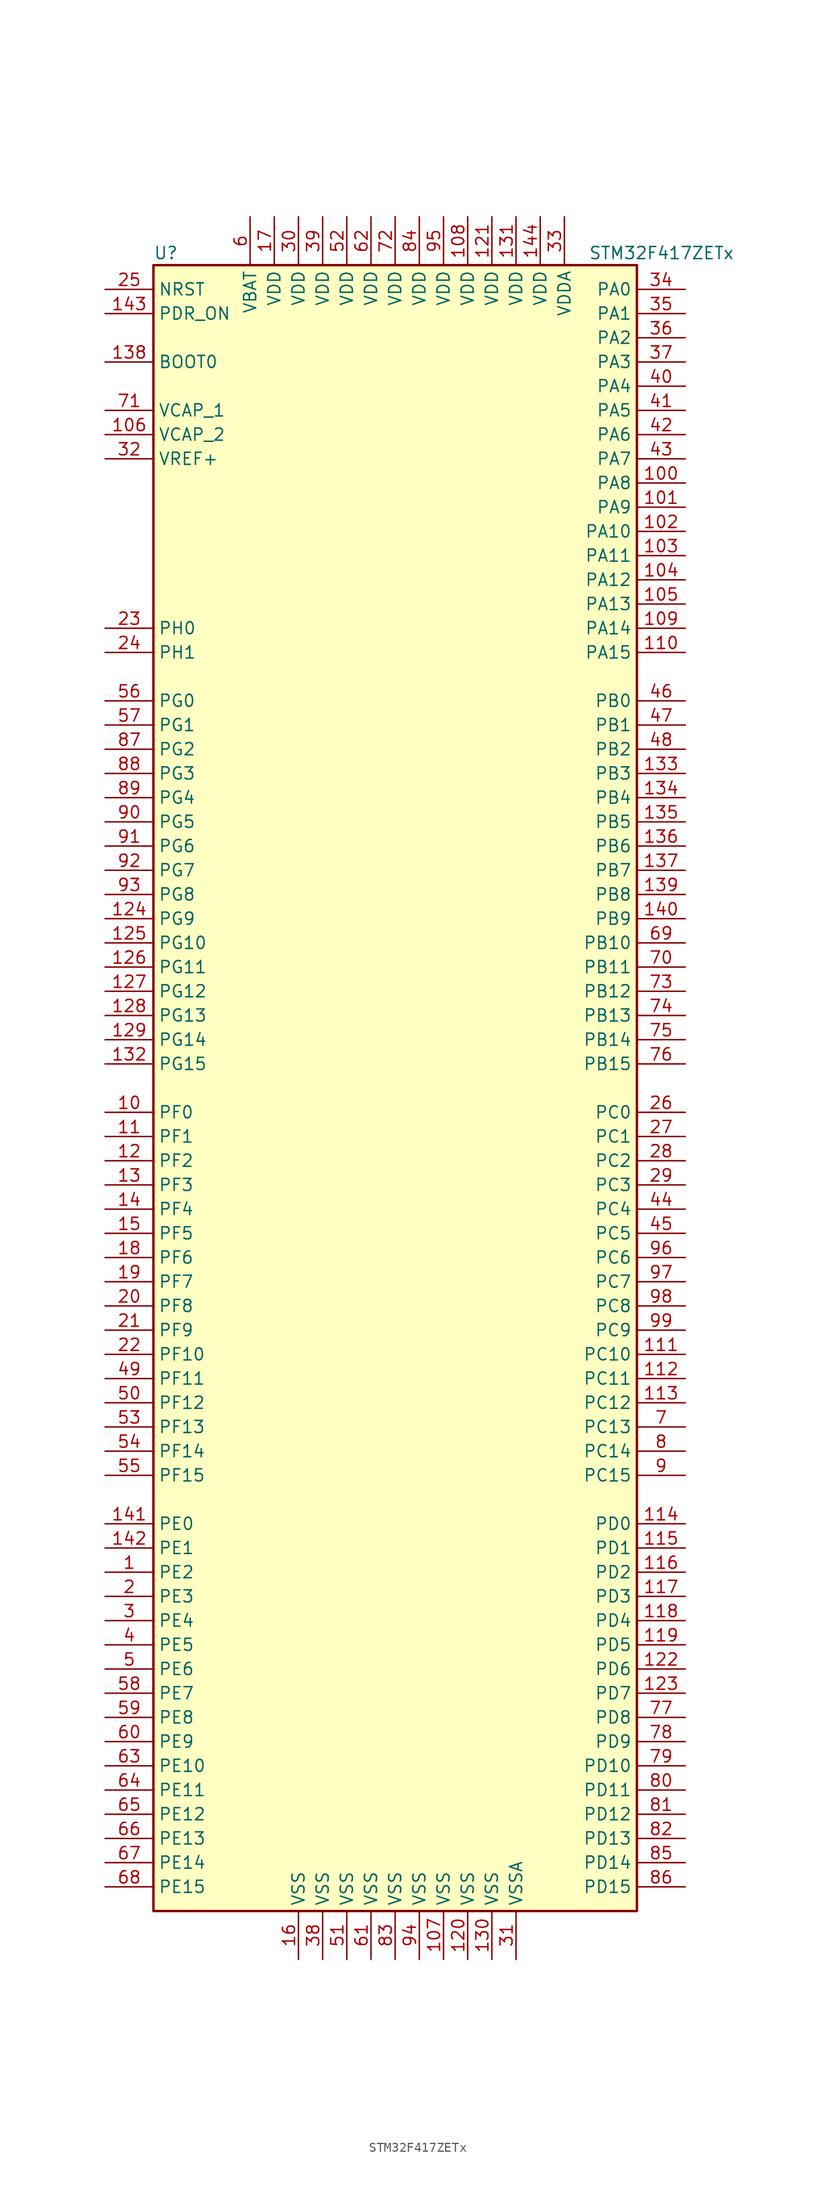
<source format=kicad_sym>
(kicad_symbol_lib
  (version 20211014)
  (generator kicad_symbol_editor)
  (symbol "STM32F417ZETx"
    (property "Reference" "U"
      (at -25.4 87.63 0)
      (effects (font (size 1.27 1.27)) (justify left)))
    (property "Value" "STM32F417ZETx"
      (at 20.32 87.63 0)
      (effects (font (size 1.27 1.27)) (justify left)))
    (symbol "STM32F417ZETx_0_1"
      (rectangle (start -25.4 -86.36) (end 25.4 86.36) (stroke (width 0.254) (type default) (color 0 0 0 0)) (fill (type background))))
    (symbol "STM32F417ZETx_1_1"
      (pin bidirectional line (at -30.48 -50.8 0) (length 5.08) (name "PE2" (effects (font (size 1.27 1.27)))) (number "1" (effects (font (size 1.27 1.27)))))
      (pin bidirectional line (at -30.48 -2.54 0) (length 5.08) (name "PF0" (effects (font (size 1.27 1.27)))) (number "10" (effects (font (size 1.27 1.27)))))
      (pin bidirectional line (at 30.48 63.5 180) (length 5.08) (name "PA8" (effects (font (size 1.27 1.27)))) (number "100" (effects (font (size 1.27 1.27)))))
      (pin bidirectional line (at 30.48 60.96 180) (length 5.08) (name "PA9" (effects (font (size 1.27 1.27)))) (number "101" (effects (font (size 1.27 1.27)))))
      (pin bidirectional line (at 30.48 58.42 180) (length 5.08) (name "PA10" (effects (font (size 1.27 1.27)))) (number "102" (effects (font (size 1.27 1.27)))))
      (pin bidirectional line (at 30.48 55.88 180) (length 5.08) (name "PA11" (effects (font (size 1.27 1.27)))) (number "103" (effects (font (size 1.27 1.27)))))
      (pin bidirectional line (at 30.48 53.34 180) (length 5.08) (name "PA12" (effects (font (size 1.27 1.27)))) (number "104" (effects (font (size 1.27 1.27)))))
      (pin bidirectional line (at 30.48 50.8 180) (length 5.08) (name "PA13" (effects (font (size 1.27 1.27)))) (number "105" (effects (font (size 1.27 1.27)))))
      (pin power_in line (at -30.48 68.58 0) (length 5.08) (name "VCAP_2" (effects (font (size 1.27 1.27)))) (number "106" (effects (font (size 1.27 1.27)))))
      (pin power_in line (at 5.08 -91.44 90) (length 5.08) (name "VSS" (effects (font (size 1.27 1.27)))) (number "107" (effects (font (size 1.27 1.27)))))
      (pin power_in line (at 7.62 91.44 270) (length 5.08) (name "VDD" (effects (font (size 1.27 1.27)))) (number "108" (effects (font (size 1.27 1.27)))))
      (pin bidirectional line (at 30.48 48.26 180) (length 5.08) (name "PA14" (effects (font (size 1.27 1.27)))) (number "109" (effects (font (size 1.27 1.27)))))
      (pin bidirectional line (at -30.48 -5.08 0) (length 5.08) (name "PF1" (effects (font (size 1.27 1.27)))) (number "11" (effects (font (size 1.27 1.27)))))
      (pin bidirectional line (at 30.48 45.72 180) (length 5.08) (name "PA15" (effects (font (size 1.27 1.27)))) (number "110" (effects (font (size 1.27 1.27)))))
      (pin bidirectional line (at 30.48 -27.94 180) (length 5.08) (name "PC10" (effects (font (size 1.27 1.27)))) (number "111" (effects (font (size 1.27 1.27)))))
      (pin bidirectional line (at 30.48 -30.48 180) (length 5.08) (name "PC11" (effects (font (size 1.27 1.27)))) (number "112" (effects (font (size 1.27 1.27)))))
      (pin bidirectional line (at 30.48 -33.02 180) (length 5.08) (name "PC12" (effects (font (size 1.27 1.27)))) (number "113" (effects (font (size 1.27 1.27)))))
      (pin bidirectional line (at 30.48 -45.72 180) (length 5.08) (name "PD0" (effects (font (size 1.27 1.27)))) (number "114" (effects (font (size 1.27 1.27)))))
      (pin bidirectional line (at 30.48 -48.26 180) (length 5.08) (name "PD1" (effects (font (size 1.27 1.27)))) (number "115" (effects (font (size 1.27 1.27)))))
      (pin bidirectional line (at 30.48 -50.8 180) (length 5.08) (name "PD2" (effects (font (size 1.27 1.27)))) (number "116" (effects (font (size 1.27 1.27)))))
      (pin bidirectional line (at 30.48 -53.34 180) (length 5.08) (name "PD3" (effects (font (size 1.27 1.27)))) (number "117" (effects (font (size 1.27 1.27)))))
      (pin bidirectional line (at 30.48 -55.88 180) (length 5.08) (name "PD4" (effects (font (size 1.27 1.27)))) (number "118" (effects (font (size 1.27 1.27)))))
      (pin bidirectional line (at 30.48 -58.42 180) (length 5.08) (name "PD5" (effects (font (size 1.27 1.27)))) (number "119" (effects (font (size 1.27 1.27)))))
      (pin bidirectional line (at -30.48 -7.62 0) (length 5.08) (name "PF2" (effects (font (size 1.27 1.27)))) (number "12" (effects (font (size 1.27 1.27)))))
      (pin power_in line (at 7.62 -91.44 90) (length 5.08) (name "VSS" (effects (font (size 1.27 1.27)))) (number "120" (effects (font (size 1.27 1.27)))))
      (pin power_in line (at 10.16 91.44 270) (length 5.08) (name "VDD" (effects (font (size 1.27 1.27)))) (number "121" (effects (font (size 1.27 1.27)))))
      (pin bidirectional line (at 30.48 -60.96 180) (length 5.08) (name "PD6" (effects (font (size 1.27 1.27)))) (number "122" (effects (font (size 1.27 1.27)))))
      (pin bidirectional line (at 30.48 -63.5 180) (length 5.08) (name "PD7" (effects (font (size 1.27 1.27)))) (number "123" (effects (font (size 1.27 1.27)))))
      (pin bidirectional line (at -30.48 17.78 0) (length 5.08) (name "PG9" (effects (font (size 1.27 1.27)))) (number "124" (effects (font (size 1.27 1.27)))))
      (pin bidirectional line (at -30.48 15.24 0) (length 5.08) (name "PG10" (effects (font (size 1.27 1.27)))) (number "125" (effects (font (size 1.27 1.27)))))
      (pin bidirectional line (at -30.48 12.7 0) (length 5.08) (name "PG11" (effects (font (size 1.27 1.27)))) (number "126" (effects (font (size 1.27 1.27)))))
      (pin bidirectional line (at -30.48 10.16 0) (length 5.08) (name "PG12" (effects (font (size 1.27 1.27)))) (number "127" (effects (font (size 1.27 1.27)))))
      (pin bidirectional line (at -30.48 7.62 0) (length 5.08) (name "PG13" (effects (font (size 1.27 1.27)))) (number "128" (effects (font (size 1.27 1.27)))))
      (pin bidirectional line (at -30.48 5.08 0) (length 5.08) (name "PG14" (effects (font (size 1.27 1.27)))) (number "129" (effects (font (size 1.27 1.27)))))
      (pin bidirectional line (at -30.48 -10.16 0) (length 5.08) (name "PF3" (effects (font (size 1.27 1.27)))) (number "13" (effects (font (size 1.27 1.27)))))
      (pin power_in line (at 10.16 -91.44 90) (length 5.08) (name "VSS" (effects (font (size 1.27 1.27)))) (number "130" (effects (font (size 1.27 1.27)))))
      (pin power_in line (at 12.7 91.44 270) (length 5.08) (name "VDD" (effects (font (size 1.27 1.27)))) (number "131" (effects (font (size 1.27 1.27)))))
      (pin bidirectional line (at -30.48 2.54 0) (length 5.08) (name "PG15" (effects (font (size 1.27 1.27)))) (number "132" (effects (font (size 1.27 1.27)))))
      (pin bidirectional line (at 30.48 33.02 180) (length 5.08) (name "PB3" (effects (font (size 1.27 1.27)))) (number "133" (effects (font (size 1.27 1.27)))))
      (pin bidirectional line (at 30.48 30.48 180) (length 5.08) (name "PB4" (effects (font (size 1.27 1.27)))) (number "134" (effects (font (size 1.27 1.27)))))
      (pin bidirectional line (at 30.48 27.94 180) (length 5.08) (name "PB5" (effects (font (size 1.27 1.27)))) (number "135" (effects (font (size 1.27 1.27)))))
      (pin bidirectional line (at 30.48 25.4 180) (length 5.08) (name "PB6" (effects (font (size 1.27 1.27)))) (number "136" (effects (font (size 1.27 1.27)))))
      (pin bidirectional line (at 30.48 22.86 180) (length 5.08) (name "PB7" (effects (font (size 1.27 1.27)))) (number "137" (effects (font (size 1.27 1.27)))))
      (pin input line (at -30.48 76.2 0) (length 5.08) (name "BOOT0" (effects (font (size 1.27 1.27)))) (number "138" (effects (font (size 1.27 1.27)))))
      (pin bidirectional line (at 30.48 20.32 180) (length 5.08) (name "PB8" (effects (font (size 1.27 1.27)))) (number "139" (effects (font (size 1.27 1.27)))))
      (pin bidirectional line (at -30.48 -12.7 0) (length 5.08) (name "PF4" (effects (font (size 1.27 1.27)))) (number "14" (effects (font (size 1.27 1.27)))))
      (pin bidirectional line (at 30.48 17.78 180) (length 5.08) (name "PB9" (effects (font (size 1.27 1.27)))) (number "140" (effects (font (size 1.27 1.27)))))
      (pin bidirectional line (at -30.48 -45.72 0) (length 5.08) (name "PE0" (effects (font (size 1.27 1.27)))) (number "141" (effects (font (size 1.27 1.27)))))
      (pin bidirectional line (at -30.48 -48.26 0) (length 5.08) (name "PE1" (effects (font (size 1.27 1.27)))) (number "142" (effects (font (size 1.27 1.27)))))
      (pin input line (at -30.48 81.28 0) (length 5.08) (name "PDR_ON" (effects (font (size 1.27 1.27)))) (number "143" (effects (font (size 1.27 1.27)))))
      (pin power_in line (at 15.24 91.44 270) (length 5.08) (name "VDD" (effects (font (size 1.27 1.27)))) (number "144" (effects (font (size 1.27 1.27)))))
      (pin bidirectional line (at -30.48 -15.24 0) (length 5.08) (name "PF5" (effects (font (size 1.27 1.27)))) (number "15" (effects (font (size 1.27 1.27)))))
      (pin power_in line (at -10.16 -91.44 90) (length 5.08) (name "VSS" (effects (font (size 1.27 1.27)))) (number "16" (effects (font (size 1.27 1.27)))))
      (pin power_in line (at -12.7 91.44 270) (length 5.08) (name "VDD" (effects (font (size 1.27 1.27)))) (number "17" (effects (font (size 1.27 1.27)))))
      (pin bidirectional line (at -30.48 -17.78 0) (length 5.08) (name "PF6" (effects (font (size 1.27 1.27)))) (number "18" (effects (font (size 1.27 1.27)))))
      (pin bidirectional line (at -30.48 -20.32 0) (length 5.08) (name "PF7" (effects (font (size 1.27 1.27)))) (number "19" (effects (font (size 1.27 1.27)))))
      (pin bidirectional line (at -30.48 -53.34 0) (length 5.08) (name "PE3" (effects (font (size 1.27 1.27)))) (number "2" (effects (font (size 1.27 1.27)))))
      (pin bidirectional line (at -30.48 -22.86 0) (length 5.08) (name "PF8" (effects (font (size 1.27 1.27)))) (number "20" (effects (font (size 1.27 1.27)))))
      (pin bidirectional line (at -30.48 -25.4 0) (length 5.08) (name "PF9" (effects (font (size 1.27 1.27)))) (number "21" (effects (font (size 1.27 1.27)))))
      (pin bidirectional line (at -30.48 -27.94 0) (length 5.08) (name "PF10" (effects (font (size 1.27 1.27)))) (number "22" (effects (font (size 1.27 1.27)))))
      (pin input line (at -30.48 48.26 0) (length 5.08) (name "PH0" (effects (font (size 1.27 1.27)))) (number "23" (effects (font (size 1.27 1.27)))))
      (pin input line (at -30.48 45.72 0) (length 5.08) (name "PH1" (effects (font (size 1.27 1.27)))) (number "24" (effects (font (size 1.27 1.27)))))
      (pin input line (at -30.48 83.82 0) (length 5.08) (name "NRST" (effects (font (size 1.27 1.27)))) (number "25" (effects (font (size 1.27 1.27)))))
      (pin bidirectional line (at 30.48 -2.54 180) (length 5.08) (name "PC0" (effects (font (size 1.27 1.27)))) (number "26" (effects (font (size 1.27 1.27)))))
      (pin bidirectional line (at 30.48 -5.08 180) (length 5.08) (name "PC1" (effects (font (size 1.27 1.27)))) (number "27" (effects (font (size 1.27 1.27)))))
      (pin bidirectional line (at 30.48 -7.62 180) (length 5.08) (name "PC2" (effects (font (size 1.27 1.27)))) (number "28" (effects (font (size 1.27 1.27)))))
      (pin bidirectional line (at 30.48 -10.16 180) (length 5.08) (name "PC3" (effects (font (size 1.27 1.27)))) (number "29" (effects (font (size 1.27 1.27)))))
      (pin bidirectional line (at -30.48 -55.88 0) (length 5.08) (name "PE4" (effects (font (size 1.27 1.27)))) (number "3" (effects (font (size 1.27 1.27)))))
      (pin power_in line (at -10.16 91.44 270) (length 5.08) (name "VDD" (effects (font (size 1.27 1.27)))) (number "30" (effects (font (size 1.27 1.27)))))
      (pin power_in line (at 12.7 -91.44 90) (length 5.08) (name "VSSA" (effects (font (size 1.27 1.27)))) (number "31" (effects (font (size 1.27 1.27)))))
      (pin power_in line (at -30.48 66.04 0) (length 5.08) (name "VREF+" (effects (font (size 1.27 1.27)))) (number "32" (effects (font (size 1.27 1.27)))))
      (pin power_in line (at 17.78 91.44 270) (length 5.08) (name "VDDA" (effects (font (size 1.27 1.27)))) (number "33" (effects (font (size 1.27 1.27)))))
      (pin bidirectional line (at 30.48 83.82 180) (length 5.08) (name "PA0" (effects (font (size 1.27 1.27)))) (number "34" (effects (font (size 1.27 1.27)))))
      (pin bidirectional line (at 30.48 81.28 180) (length 5.08) (name "PA1" (effects (font (size 1.27 1.27)))) (number "35" (effects (font (size 1.27 1.27)))))
      (pin bidirectional line (at 30.48 78.74 180) (length 5.08) (name "PA2" (effects (font (size 1.27 1.27)))) (number "36" (effects (font (size 1.27 1.27)))))
      (pin bidirectional line (at 30.48 76.2 180) (length 5.08) (name "PA3" (effects (font (size 1.27 1.27)))) (number "37" (effects (font (size 1.27 1.27)))))
      (pin power_in line (at -7.62 -91.44 90) (length 5.08) (name "VSS" (effects (font (size 1.27 1.27)))) (number "38" (effects (font (size 1.27 1.27)))))
      (pin power_in line (at -7.62 91.44 270) (length 5.08) (name "VDD" (effects (font (size 1.27 1.27)))) (number "39" (effects (font (size 1.27 1.27)))))
      (pin bidirectional line (at -30.48 -58.42 0) (length 5.08) (name "PE5" (effects (font (size 1.27 1.27)))) (number "4" (effects (font (size 1.27 1.27)))))
      (pin bidirectional line (at 30.48 73.66 180) (length 5.08) (name "PA4" (effects (font (size 1.27 1.27)))) (number "40" (effects (font (size 1.27 1.27)))))
      (pin bidirectional line (at 30.48 71.12 180) (length 5.08) (name "PA5" (effects (font (size 1.27 1.27)))) (number "41" (effects (font (size 1.27 1.27)))))
      (pin bidirectional line (at 30.48 68.58 180) (length 5.08) (name "PA6" (effects (font (size 1.27 1.27)))) (number "42" (effects (font (size 1.27 1.27)))))
      (pin bidirectional line (at 30.48 66.04 180) (length 5.08) (name "PA7" (effects (font (size 1.27 1.27)))) (number "43" (effects (font (size 1.27 1.27)))))
      (pin bidirectional line (at 30.48 -12.7 180) (length 5.08) (name "PC4" (effects (font (size 1.27 1.27)))) (number "44" (effects (font (size 1.27 1.27)))))
      (pin bidirectional line (at 30.48 -15.24 180) (length 5.08) (name "PC5" (effects (font (size 1.27 1.27)))) (number "45" (effects (font (size 1.27 1.27)))))
      (pin bidirectional line (at 30.48 40.64 180) (length 5.08) (name "PB0" (effects (font (size 1.27 1.27)))) (number "46" (effects (font (size 1.27 1.27)))))
      (pin bidirectional line (at 30.48 38.1 180) (length 5.08) (name "PB1" (effects (font (size 1.27 1.27)))) (number "47" (effects (font (size 1.27 1.27)))))
      (pin bidirectional line (at 30.48 35.56 180) (length 5.08) (name "PB2" (effects (font (size 1.27 1.27)))) (number "48" (effects (font (size 1.27 1.27)))))
      (pin bidirectional line (at -30.48 -30.48 0) (length 5.08) (name "PF11" (effects (font (size 1.27 1.27)))) (number "49" (effects (font (size 1.27 1.27)))))
      (pin bidirectional line (at -30.48 -60.96 0) (length 5.08) (name "PE6" (effects (font (size 1.27 1.27)))) (number "5" (effects (font (size 1.27 1.27)))))
      (pin bidirectional line (at -30.48 -33.02 0) (length 5.08) (name "PF12" (effects (font (size 1.27 1.27)))) (number "50" (effects (font (size 1.27 1.27)))))
      (pin power_in line (at -5.08 -91.44 90) (length 5.08) (name "VSS" (effects (font (size 1.27 1.27)))) (number "51" (effects (font (size 1.27 1.27)))))
      (pin power_in line (at -5.08 91.44 270) (length 5.08) (name "VDD" (effects (font (size 1.27 1.27)))) (number "52" (effects (font (size 1.27 1.27)))))
      (pin bidirectional line (at -30.48 -35.56 0) (length 5.08) (name "PF13" (effects (font (size 1.27 1.27)))) (number "53" (effects (font (size 1.27 1.27)))))
      (pin bidirectional line (at -30.48 -38.1 0) (length 5.08) (name "PF14" (effects (font (size 1.27 1.27)))) (number "54" (effects (font (size 1.27 1.27)))))
      (pin bidirectional line (at -30.48 -40.64 0) (length 5.08) (name "PF15" (effects (font (size 1.27 1.27)))) (number "55" (effects (font (size 1.27 1.27)))))
      (pin bidirectional line (at -30.48 40.64 0) (length 5.08) (name "PG0" (effects (font (size 1.27 1.27)))) (number "56" (effects (font (size 1.27 1.27)))))
      (pin bidirectional line (at -30.48 38.1 0) (length 5.08) (name "PG1" (effects (font (size 1.27 1.27)))) (number "57" (effects (font (size 1.27 1.27)))))
      (pin bidirectional line (at -30.48 -63.5 0) (length 5.08) (name "PE7" (effects (font (size 1.27 1.27)))) (number "58" (effects (font (size 1.27 1.27)))))
      (pin bidirectional line (at -30.48 -66.04 0) (length 5.08) (name "PE8" (effects (font (size 1.27 1.27)))) (number "59" (effects (font (size 1.27 1.27)))))
      (pin power_in line (at -15.24 91.44 270) (length 5.08) (name "VBAT" (effects (font (size 1.27 1.27)))) (number "6" (effects (font (size 1.27 1.27)))))
      (pin bidirectional line (at -30.48 -68.58 0) (length 5.08) (name "PE9" (effects (font (size 1.27 1.27)))) (number "60" (effects (font (size 1.27 1.27)))))
      (pin power_in line (at -2.54 -91.44 90) (length 5.08) (name "VSS" (effects (font (size 1.27 1.27)))) (number "61" (effects (font (size 1.27 1.27)))))
      (pin power_in line (at -2.54 91.44 270) (length 5.08) (name "VDD" (effects (font (size 1.27 1.27)))) (number "62" (effects (font (size 1.27 1.27)))))
      (pin bidirectional line (at -30.48 -71.12 0) (length 5.08) (name "PE10" (effects (font (size 1.27 1.27)))) (number "63" (effects (font (size 1.27 1.27)))))
      (pin bidirectional line (at -30.48 -73.66 0) (length 5.08) (name "PE11" (effects (font (size 1.27 1.27)))) (number "64" (effects (font (size 1.27 1.27)))))
      (pin bidirectional line (at -30.48 -76.2 0) (length 5.08) (name "PE12" (effects (font (size 1.27 1.27)))) (number "65" (effects (font (size 1.27 1.27)))))
      (pin bidirectional line (at -30.48 -78.74 0) (length 5.08) (name "PE13" (effects (font (size 1.27 1.27)))) (number "66" (effects (font (size 1.27 1.27)))))
      (pin bidirectional line (at -30.48 -81.28 0) (length 5.08) (name "PE14" (effects (font (size 1.27 1.27)))) (number "67" (effects (font (size 1.27 1.27)))))
      (pin bidirectional line (at -30.48 -83.82 0) (length 5.08) (name "PE15" (effects (font (size 1.27 1.27)))) (number "68" (effects (font (size 1.27 1.27)))))
      (pin bidirectional line (at 30.48 15.24 180) (length 5.08) (name "PB10" (effects (font (size 1.27 1.27)))) (number "69" (effects (font (size 1.27 1.27)))))
      (pin bidirectional line (at 30.48 -35.56 180) (length 5.08) (name "PC13" (effects (font (size 1.27 1.27)))) (number "7" (effects (font (size 1.27 1.27)))))
      (pin bidirectional line (at 30.48 12.7 180) (length 5.08) (name "PB11" (effects (font (size 1.27 1.27)))) (number "70" (effects (font (size 1.27 1.27)))))
      (pin power_in line (at -30.48 71.12 0) (length 5.08) (name "VCAP_1" (effects (font (size 1.27 1.27)))) (number "71" (effects (font (size 1.27 1.27)))))
      (pin power_in line (at 0 91.44 270) (length 5.08) (name "VDD" (effects (font (size 1.27 1.27)))) (number "72" (effects (font (size 1.27 1.27)))))
      (pin bidirectional line (at 30.48 10.16 180) (length 5.08) (name "PB12" (effects (font (size 1.27 1.27)))) (number "73" (effects (font (size 1.27 1.27)))))
      (pin bidirectional line (at 30.48 7.62 180) (length 5.08) (name "PB13" (effects (font (size 1.27 1.27)))) (number "74" (effects (font (size 1.27 1.27)))))
      (pin bidirectional line (at 30.48 5.08 180) (length 5.08) (name "PB14" (effects (font (size 1.27 1.27)))) (number "75" (effects (font (size 1.27 1.27)))))
      (pin bidirectional line (at 30.48 2.54 180) (length 5.08) (name "PB15" (effects (font (size 1.27 1.27)))) (number "76" (effects (font (size 1.27 1.27)))))
      (pin bidirectional line (at 30.48 -66.04 180) (length 5.08) (name "PD8" (effects (font (size 1.27 1.27)))) (number "77" (effects (font (size 1.27 1.27)))))
      (pin bidirectional line (at 30.48 -68.58 180) (length 5.08) (name "PD9" (effects (font (size 1.27 1.27)))) (number "78" (effects (font (size 1.27 1.27)))))
      (pin bidirectional line (at 30.48 -71.12 180) (length 5.08) (name "PD10" (effects (font (size 1.27 1.27)))) (number "79" (effects (font (size 1.27 1.27)))))
      (pin bidirectional line (at 30.48 -38.1 180) (length 5.08) (name "PC14" (effects (font (size 1.27 1.27)))) (number "8" (effects (font (size 1.27 1.27)))))
      (pin bidirectional line (at 30.48 -73.66 180) (length 5.08) (name "PD11" (effects (font (size 1.27 1.27)))) (number "80" (effects (font (size 1.27 1.27)))))
      (pin bidirectional line (at 30.48 -76.2 180) (length 5.08) (name "PD12" (effects (font (size 1.27 1.27)))) (number "81" (effects (font (size 1.27 1.27)))))
      (pin bidirectional line (at 30.48 -78.74 180) (length 5.08) (name "PD13" (effects (font (size 1.27 1.27)))) (number "82" (effects (font (size 1.27 1.27)))))
      (pin power_in line (at 0 -91.44 90) (length 5.08) (name "VSS" (effects (font (size 1.27 1.27)))) (number "83" (effects (font (size 1.27 1.27)))))
      (pin power_in line (at 2.54 91.44 270) (length 5.08) (name "VDD" (effects (font (size 1.27 1.27)))) (number "84" (effects (font (size 1.27 1.27)))))
      (pin bidirectional line (at 30.48 -81.28 180) (length 5.08) (name "PD14" (effects (font (size 1.27 1.27)))) (number "85" (effects (font (size 1.27 1.27)))))
      (pin bidirectional line (at 30.48 -83.82 180) (length 5.08) (name "PD15" (effects (font (size 1.27 1.27)))) (number "86" (effects (font (size 1.27 1.27)))))
      (pin bidirectional line (at -30.48 35.56 0) (length 5.08) (name "PG2" (effects (font (size 1.27 1.27)))) (number "87" (effects (font (size 1.27 1.27)))))
      (pin bidirectional line (at -30.48 33.02 0) (length 5.08) (name "PG3" (effects (font (size 1.27 1.27)))) (number "88" (effects (font (size 1.27 1.27)))))
      (pin bidirectional line (at -30.48 30.48 0) (length 5.08) (name "PG4" (effects (font (size 1.27 1.27)))) (number "89" (effects (font (size 1.27 1.27)))))
      (pin bidirectional line (at 30.48 -40.64 180) (length 5.08) (name "PC15" (effects (font (size 1.27 1.27)))) (number "9" (effects (font (size 1.27 1.27)))))
      (pin bidirectional line (at -30.48 27.94 0) (length 5.08) (name "PG5" (effects (font (size 1.27 1.27)))) (number "90" (effects (font (size 1.27 1.27)))))
      (pin bidirectional line (at -30.48 25.4 0) (length 5.08) (name "PG6" (effects (font (size 1.27 1.27)))) (number "91" (effects (font (size 1.27 1.27)))))
      (pin bidirectional line (at -30.48 22.86 0) (length 5.08) (name "PG7" (effects (font (size 1.27 1.27)))) (number "92" (effects (font (size 1.27 1.27)))))
      (pin bidirectional line (at -30.48 20.32 0) (length 5.08) (name "PG8" (effects (font (size 1.27 1.27)))) (number "93" (effects (font (size 1.27 1.27)))))
      (pin power_in line (at 2.54 -91.44 90) (length 5.08) (name "VSS" (effects (font (size 1.27 1.27)))) (number "94" (effects (font (size 1.27 1.27)))))
      (pin power_in line (at 5.08 91.44 270) (length 5.08) (name "VDD" (effects (font (size 1.27 1.27)))) (number "95" (effects (font (size 1.27 1.27)))))
      (pin bidirectional line (at 30.48 -17.78 180) (length 5.08) (name "PC6" (effects (font (size 1.27 1.27)))) (number "96" (effects (font (size 1.27 1.27)))))
      (pin bidirectional line (at 30.48 -20.32 180) (length 5.08) (name "PC7" (effects (font (size 1.27 1.27)))) (number "97" (effects (font (size 1.27 1.27)))))
      (pin bidirectional line (at 30.48 -22.86 180) (length 5.08) (name "PC8" (effects (font (size 1.27 1.27)))) (number "98" (effects (font (size 1.27 1.27)))))
      (pin bidirectional line (at 30.48 -25.4 180) (length 5.08) (name "PC9" (effects (font (size 1.27 1.27)))) (number "99" (effects (font (size 1.27 1.27))))))))
</source>
